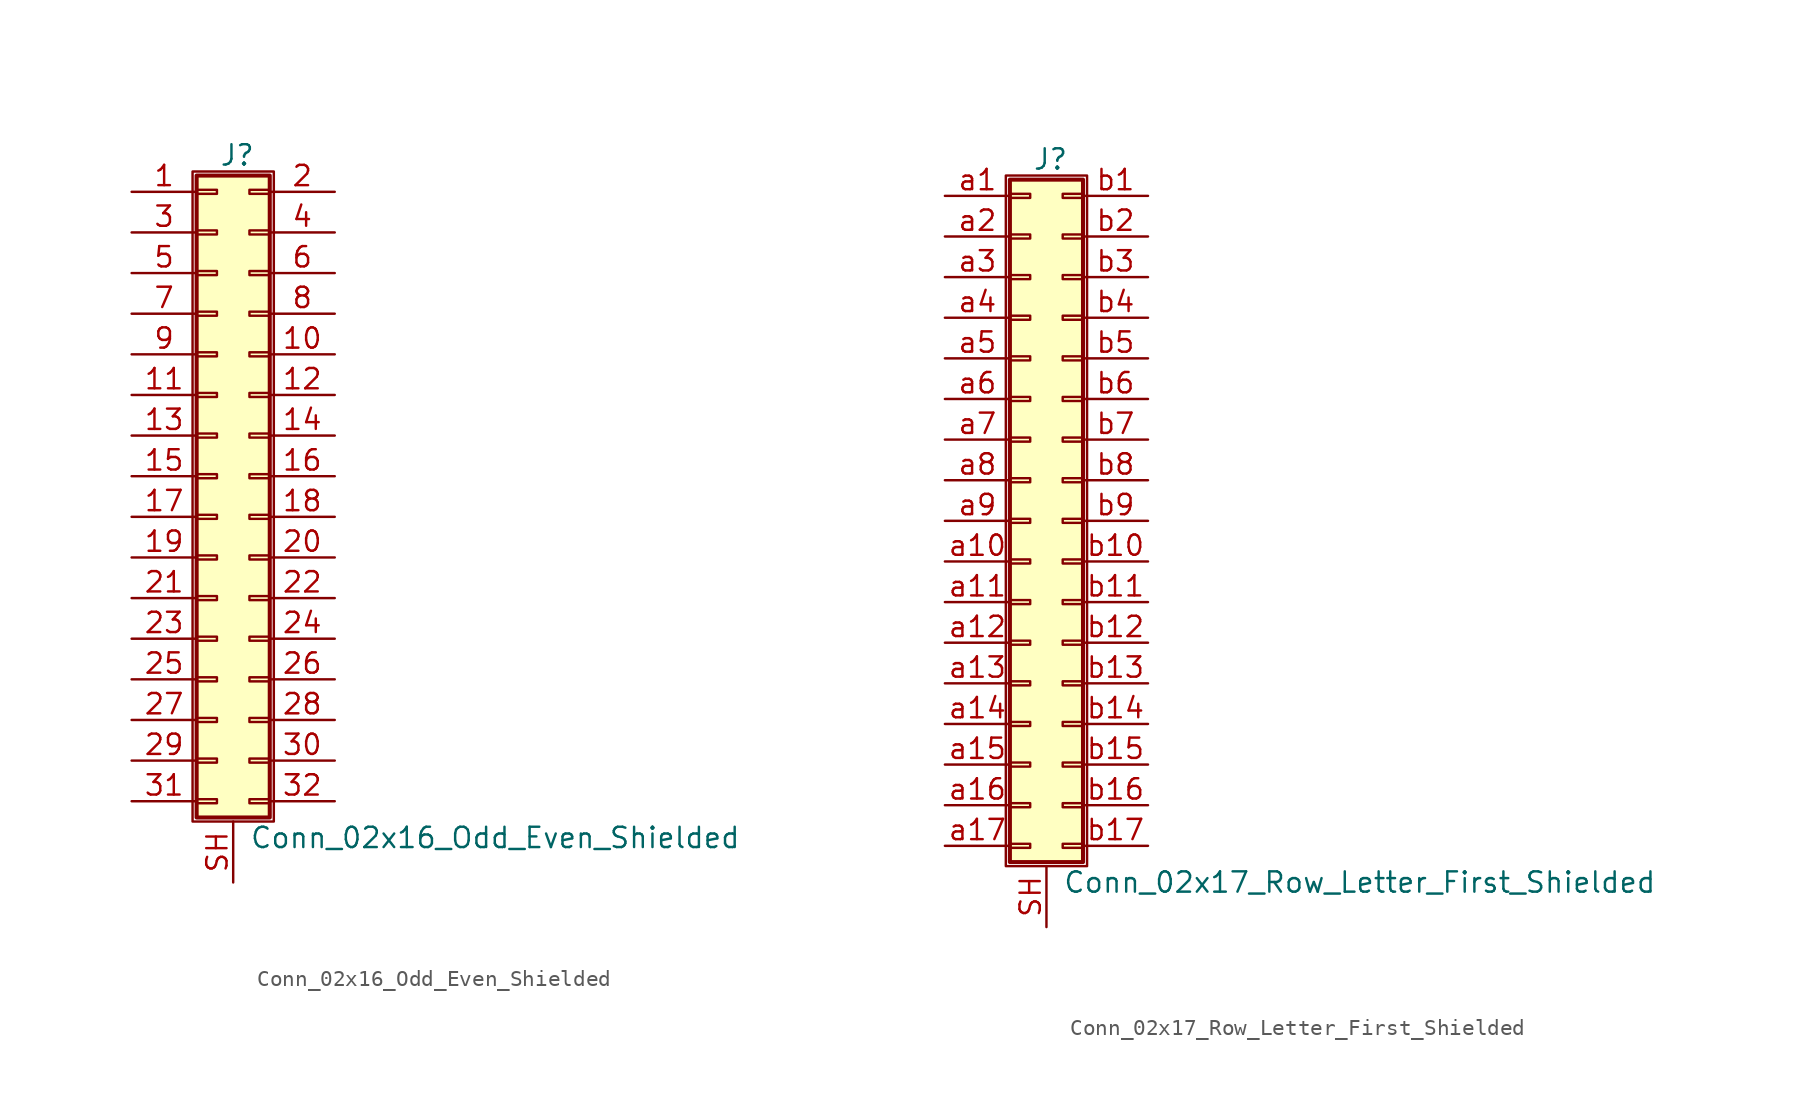
<source format=kicad_sym>
(kicad_symbol_lib
  (version 20201005)
  (generator kicad_symbol_editor)
  (symbol "Conn_02x16_Odd_Even_Shielded"
    (pin_names
      (offset 1.016) hide)
    (property "Reference" "J"
      (at 1.524 20.066 0)
      (effects (font (size 1.27 1.27))))
    (property "Value" "Conn_02x16_Odd_Even_Shielded"
      (at 2.286 -22.606 0)
      (effects (font (size 1.27 1.27)) (justify left)))
    (symbol "Conn_02x16_Odd_Even_Shielded_1_1"
      (rectangle (start -1.27 19.05) (end 3.81 -21.59) (stroke (width 0.152)) (fill (type none)))
      (rectangle (start -1.016 -20.193) (end 0.254 -20.447) (stroke (width 0.152)) (fill (type none)))
      (rectangle (start -1.016 -17.653) (end 0.254 -17.907) (stroke (width 0.152)) (fill (type none)))
      (rectangle (start -1.016 -15.113) (end 0.254 -15.367) (stroke (width 0.152)) (fill (type none)))
      (rectangle (start -1.016 -12.573) (end 0.254 -12.827) (stroke (width 0.152)) (fill (type none)))
      (rectangle (start -1.016 -10.033) (end 0.254 -10.287) (stroke (width 0.152)) (fill (type none)))
      (rectangle (start -1.016 -7.493) (end 0.254 -7.747) (stroke (width 0.152)) (fill (type none)))
      (rectangle (start -1.016 -4.953) (end 0.254 -5.207) (stroke (width 0.152)) (fill (type none)))
      (rectangle (start -1.016 -2.413) (end 0.254 -2.667) (stroke (width 0.152)) (fill (type none)))
      (rectangle (start -1.016 0.127) (end 0.254 -0.127) (stroke (width 0.152)) (fill (type none)))
      (rectangle (start -1.016 2.667) (end 0.254 2.413) (stroke (width 0.152)) (fill (type none)))
      (rectangle (start -1.016 5.207) (end 0.254 4.953) (stroke (width 0.152)) (fill (type none)))
      (rectangle (start -1.016 7.747) (end 0.254 7.493) (stroke (width 0.152)) (fill (type none)))
      (rectangle (start -1.016 10.287) (end 0.254 10.033) (stroke (width 0.152)) (fill (type none)))
      (rectangle (start -1.016 12.827) (end 0.254 12.573) (stroke (width 0.152)) (fill (type none)))
      (rectangle (start -1.016 15.367) (end 0.254 15.113) (stroke (width 0.152)) (fill (type none)))
      (rectangle (start -1.016 17.907) (end 0.254 17.653) (stroke (width 0.152)) (fill (type none)))
      (rectangle (start 3.556 -20.193) (end 2.286 -20.447) (stroke (width 0.152)) (fill (type none)))
      (rectangle (start 3.556 -17.653) (end 2.286 -17.907) (stroke (width 0.152)) (fill (type none)))
      (rectangle (start 3.556 -15.113) (end 2.286 -15.367) (stroke (width 0.152)) (fill (type none)))
      (rectangle (start 3.556 -12.573) (end 2.286 -12.827) (stroke (width 0.152)) (fill (type none)))
      (rectangle (start 3.556 -10.033) (end 2.286 -10.287) (stroke (width 0.152)) (fill (type none)))
      (rectangle (start 3.556 -7.493) (end 2.286 -7.747) (stroke (width 0.152)) (fill (type none)))
      (rectangle (start 3.556 -4.953) (end 2.286 -5.207) (stroke (width 0.152)) (fill (type none)))
      (rectangle (start 3.556 -2.413) (end 2.286 -2.667) (stroke (width 0.152)) (fill (type none)))
      (rectangle (start 3.556 0.127) (end 2.286 -0.127) (stroke (width 0.152)) (fill (type none)))
      (rectangle (start 3.556 2.667) (end 2.286 2.413) (stroke (width 0.152)) (fill (type none)))
      (rectangle (start 3.556 5.207) (end 2.286 4.953) (stroke (width 0.152)) (fill (type none)))
      (rectangle (start 3.556 7.747) (end 2.286 7.493) (stroke (width 0.152)) (fill (type none)))
      (rectangle (start 3.556 10.287) (end 2.286 10.033) (stroke (width 0.152)) (fill (type none)))
      (rectangle (start 3.556 12.827) (end 2.286 12.573) (stroke (width 0.152)) (fill (type none)))
      (rectangle (start 3.556 15.367) (end 2.286 15.113) (stroke (width 0.152)) (fill (type none)))
      (rectangle (start 3.556 17.907) (end 2.286 17.653) (stroke (width 0.152)) (fill (type none)))
      (rectangle (start -1.016 18.796) (end 3.556 -21.336) (stroke (width 0.254)) (fill (type background)))
      (pin passive line (at -5.08 17.78 0) (length 4.064) (name "Pin_1" (effects (font (size 1.27 1.27)))) (number "1" (effects (font (size 1.27 1.27)))))
      (pin passive line (at 7.62 7.62 180) (length 4.064) (name "Pin_10" (effects (font (size 1.27 1.27)))) (number "10" (effects (font (size 1.27 1.27)))))
      (pin passive line (at -5.08 5.08 0) (length 4.064) (name "Pin_11" (effects (font (size 1.27 1.27)))) (number "11" (effects (font (size 1.27 1.27)))))
      (pin passive line (at 7.62 5.08 180) (length 4.064) (name "Pin_12" (effects (font (size 1.27 1.27)))) (number "12" (effects (font (size 1.27 1.27)))))
      (pin passive line (at -5.08 2.54 0) (length 4.064) (name "Pin_13" (effects (font (size 1.27 1.27)))) (number "13" (effects (font (size 1.27 1.27)))))
      (pin passive line (at 7.62 2.54 180) (length 4.064) (name "Pin_14" (effects (font (size 1.27 1.27)))) (number "14" (effects (font (size 1.27 1.27)))))
      (pin passive line (at -5.08 0 0) (length 4.064) (name "Pin_15" (effects (font (size 1.27 1.27)))) (number "15" (effects (font (size 1.27 1.27)))))
      (pin passive line (at 7.62 0 180) (length 4.064) (name "Pin_16" (effects (font (size 1.27 1.27)))) (number "16" (effects (font (size 1.27 1.27)))))
      (pin passive line (at -5.08 -2.54 0) (length 4.064) (name "Pin_17" (effects (font (size 1.27 1.27)))) (number "17" (effects (font (size 1.27 1.27)))))
      (pin passive line (at 7.62 -2.54 180) (length 4.064) (name "Pin_18" (effects (font (size 1.27 1.27)))) (number "18" (effects (font (size 1.27 1.27)))))
      (pin passive line (at -5.08 -5.08 0) (length 4.064) (name "Pin_19" (effects (font (size 1.27 1.27)))) (number "19" (effects (font (size 1.27 1.27)))))
      (pin passive line (at 7.62 17.78 180) (length 4.064) (name "Pin_2" (effects (font (size 1.27 1.27)))) (number "2" (effects (font (size 1.27 1.27)))))
      (pin passive line (at 7.62 -5.08 180) (length 4.064) (name "Pin_20" (effects (font (size 1.27 1.27)))) (number "20" (effects (font (size 1.27 1.27)))))
      (pin passive line (at -5.08 -7.62 0) (length 4.064) (name "Pin_21" (effects (font (size 1.27 1.27)))) (number "21" (effects (font (size 1.27 1.27)))))
      (pin passive line (at 7.62 -7.62 180) (length 4.064) (name "Pin_22" (effects (font (size 1.27 1.27)))) (number "22" (effects (font (size 1.27 1.27)))))
      (pin passive line (at -5.08 -10.16 0) (length 4.064) (name "Pin_23" (effects (font (size 1.27 1.27)))) (number "23" (effects (font (size 1.27 1.27)))))
      (pin passive line (at 7.62 -10.16 180) (length 4.064) (name "Pin_24" (effects (font (size 1.27 1.27)))) (number "24" (effects (font (size 1.27 1.27)))))
      (pin passive line (at -5.08 -12.7 0) (length 4.064) (name "Pin_25" (effects (font (size 1.27 1.27)))) (number "25" (effects (font (size 1.27 1.27)))))
      (pin passive line (at 7.62 -12.7 180) (length 4.064) (name "Pin_26" (effects (font (size 1.27 1.27)))) (number "26" (effects (font (size 1.27 1.27)))))
      (pin passive line (at -5.08 -15.24 0) (length 4.064) (name "Pin_27" (effects (font (size 1.27 1.27)))) (number "27" (effects (font (size 1.27 1.27)))))
      (pin passive line (at 7.62 -15.24 180) (length 4.064) (name "Pin_28" (effects (font (size 1.27 1.27)))) (number "28" (effects (font (size 1.27 1.27)))))
      (pin passive line (at -5.08 -17.78 0) (length 4.064) (name "Pin_29" (effects (font (size 1.27 1.27)))) (number "29" (effects (font (size 1.27 1.27)))))
      (pin passive line (at -5.08 15.24 0) (length 4.064) (name "Pin_3" (effects (font (size 1.27 1.27)))) (number "3" (effects (font (size 1.27 1.27)))))
      (pin passive line (at 7.62 -17.78 180) (length 4.064) (name "Pin_30" (effects (font (size 1.27 1.27)))) (number "30" (effects (font (size 1.27 1.27)))))
      (pin passive line (at -5.08 -20.32 0) (length 4.064) (name "Pin_31" (effects (font (size 1.27 1.27)))) (number "31" (effects (font (size 1.27 1.27)))))
      (pin passive line (at 7.62 -20.32 180) (length 4.064) (name "Pin_32" (effects (font (size 1.27 1.27)))) (number "32" (effects (font (size 1.27 1.27)))))
      (pin passive line (at 7.62 15.24 180) (length 4.064) (name "Pin_4" (effects (font (size 1.27 1.27)))) (number "4" (effects (font (size 1.27 1.27)))))
      (pin passive line (at -5.08 12.7 0) (length 4.064) (name "Pin_5" (effects (font (size 1.27 1.27)))) (number "5" (effects (font (size 1.27 1.27)))))
      (pin passive line (at 7.62 12.7 180) (length 4.064) (name "Pin_6" (effects (font (size 1.27 1.27)))) (number "6" (effects (font (size 1.27 1.27)))))
      (pin passive line (at -5.08 10.16 0) (length 4.064) (name "Pin_7" (effects (font (size 1.27 1.27)))) (number "7" (effects (font (size 1.27 1.27)))))
      (pin passive line (at 7.62 10.16 180) (length 4.064) (name "Pin_8" (effects (font (size 1.27 1.27)))) (number "8" (effects (font (size 1.27 1.27)))))
      (pin passive line (at -5.08 7.62 0) (length 4.064) (name "Pin_9" (effects (font (size 1.27 1.27)))) (number "9" (effects (font (size 1.27 1.27)))))
      (pin passive line (at 1.27 -25.4 90) (length 3.81) (name "Shield" (effects (font (size 1.27 1.27)))) (number "SH" (effects (font (size 1.27 1.27)))))))
  (symbol "Conn_02x17_Row_Letter_First_Shielded"
    (pin_names
      (offset 1.016) hide)
    (property "Reference" "J"
      (at 1.524 22.606 0)
      (effects (font (size 1.27 1.27))))
    (property "Value" "Conn_02x17_Row_Letter_First_Shielded"
      (at 2.286 -22.606 0)
      (effects (font (size 1.27 1.27)) (justify left)))
    (symbol "Conn_02x17_Row_Letter_First_Shielded_1_1"
      (rectangle (start -1.27 21.59) (end 3.81 -21.59) (stroke (width 0.152)) (fill (type none)))
      (rectangle (start -1.016 -20.193) (end 0.254 -20.447) (stroke (width 0.152)) (fill (type none)))
      (rectangle (start -1.016 -17.653) (end 0.254 -17.907) (stroke (width 0.152)) (fill (type none)))
      (rectangle (start -1.016 -15.113) (end 0.254 -15.367) (stroke (width 0.152)) (fill (type none)))
      (rectangle (start -1.016 -12.573) (end 0.254 -12.827) (stroke (width 0.152)) (fill (type none)))
      (rectangle (start -1.016 -10.033) (end 0.254 -10.287) (stroke (width 0.152)) (fill (type none)))
      (rectangle (start -1.016 -7.493) (end 0.254 -7.747) (stroke (width 0.152)) (fill (type none)))
      (rectangle (start -1.016 -4.953) (end 0.254 -5.207) (stroke (width 0.152)) (fill (type none)))
      (rectangle (start -1.016 -2.413) (end 0.254 -2.667) (stroke (width 0.152)) (fill (type none)))
      (rectangle (start -1.016 0.127) (end 0.254 -0.127) (stroke (width 0.152)) (fill (type none)))
      (rectangle (start -1.016 2.667) (end 0.254 2.413) (stroke (width 0.152)) (fill (type none)))
      (rectangle (start -1.016 5.207) (end 0.254 4.953) (stroke (width 0.152)) (fill (type none)))
      (rectangle (start -1.016 7.747) (end 0.254 7.493) (stroke (width 0.152)) (fill (type none)))
      (rectangle (start -1.016 10.287) (end 0.254 10.033) (stroke (width 0.152)) (fill (type none)))
      (rectangle (start -1.016 12.827) (end 0.254 12.573) (stroke (width 0.152)) (fill (type none)))
      (rectangle (start -1.016 15.367) (end 0.254 15.113) (stroke (width 0.152)) (fill (type none)))
      (rectangle (start -1.016 17.907) (end 0.254 17.653) (stroke (width 0.152)) (fill (type none)))
      (rectangle (start -1.016 20.447) (end 0.254 20.193) (stroke (width 0.152)) (fill (type none)))
      (rectangle (start 3.556 -20.193) (end 2.286 -20.447) (stroke (width 0.152)) (fill (type none)))
      (rectangle (start 3.556 -17.653) (end 2.286 -17.907) (stroke (width 0.152)) (fill (type none)))
      (rectangle (start 3.556 -15.113) (end 2.286 -15.367) (stroke (width 0.152)) (fill (type none)))
      (rectangle (start 3.556 -12.573) (end 2.286 -12.827) (stroke (width 0.152)) (fill (type none)))
      (rectangle (start 3.556 -10.033) (end 2.286 -10.287) (stroke (width 0.152)) (fill (type none)))
      (rectangle (start 3.556 -7.493) (end 2.286 -7.747) (stroke (width 0.152)) (fill (type none)))
      (rectangle (start 3.556 -4.953) (end 2.286 -5.207) (stroke (width 0.152)) (fill (type none)))
      (rectangle (start 3.556 -2.413) (end 2.286 -2.667) (stroke (width 0.152)) (fill (type none)))
      (rectangle (start 3.556 0.127) (end 2.286 -0.127) (stroke (width 0.152)) (fill (type none)))
      (rectangle (start 3.556 2.667) (end 2.286 2.413) (stroke (width 0.152)) (fill (type none)))
      (rectangle (start 3.556 5.207) (end 2.286 4.953) (stroke (width 0.152)) (fill (type none)))
      (rectangle (start 3.556 7.747) (end 2.286 7.493) (stroke (width 0.152)) (fill (type none)))
      (rectangle (start 3.556 10.287) (end 2.286 10.033) (stroke (width 0.152)) (fill (type none)))
      (rectangle (start 3.556 12.827) (end 2.286 12.573) (stroke (width 0.152)) (fill (type none)))
      (rectangle (start 3.556 15.367) (end 2.286 15.113) (stroke (width 0.152)) (fill (type none)))
      (rectangle (start 3.556 17.907) (end 2.286 17.653) (stroke (width 0.152)) (fill (type none)))
      (rectangle (start 3.556 20.447) (end 2.286 20.193) (stroke (width 0.152)) (fill (type none)))
      (rectangle (start -1.016 21.336) (end 3.556 -21.336) (stroke (width 0.254)) (fill (type background)))
      (pin passive line (at 1.27 -25.4 90) (length 3.81) (name "Shield" (effects (font (size 1.27 1.27)))) (number "SH" (effects (font (size 1.27 1.27)))))
      (pin passive line (at -5.08 20.32 0) (length 4.064) (name "Pin_a1" (effects (font (size 1.27 1.27)))) (number "a1" (effects (font (size 1.27 1.27)))))
      (pin passive line (at -5.08 -2.54 0) (length 4.064) (name "Pin_a10" (effects (font (size 1.27 1.27)))) (number "a10" (effects (font (size 1.27 1.27)))))
      (pin passive line (at -5.08 -5.08 0) (length 4.064) (name "Pin_a11" (effects (font (size 1.27 1.27)))) (number "a11" (effects (font (size 1.27 1.27)))))
      (pin passive line (at -5.08 -7.62 0) (length 4.064) (name "Pin_a12" (effects (font (size 1.27 1.27)))) (number "a12" (effects (font (size 1.27 1.27)))))
      (pin passive line (at -5.08 -10.16 0) (length 4.064) (name "Pin_a13" (effects (font (size 1.27 1.27)))) (number "a13" (effects (font (size 1.27 1.27)))))
      (pin passive line (at -5.08 -12.7 0) (length 4.064) (name "Pin_a14" (effects (font (size 1.27 1.27)))) (number "a14" (effects (font (size 1.27 1.27)))))
      (pin passive line (at -5.08 -15.24 0) (length 4.064) (name "Pin_a15" (effects (font (size 1.27 1.27)))) (number "a15" (effects (font (size 1.27 1.27)))))
      (pin passive line (at -5.08 -17.78 0) (length 4.064) (name "Pin_a16" (effects (font (size 1.27 1.27)))) (number "a16" (effects (font (size 1.27 1.27)))))
      (pin passive line (at -5.08 -20.32 0) (length 4.064) (name "Pin_a17" (effects (font (size 1.27 1.27)))) (number "a17" (effects (font (size 1.27 1.27)))))
      (pin passive line (at -5.08 17.78 0) (length 4.064) (name "Pin_a2" (effects (font (size 1.27 1.27)))) (number "a2" (effects (font (size 1.27 1.27)))))
      (pin passive line (at -5.08 15.24 0) (length 4.064) (name "Pin_a3" (effects (font (size 1.27 1.27)))) (number "a3" (effects (font (size 1.27 1.27)))))
      (pin passive line (at -5.08 12.7 0) (length 4.064) (name "Pin_a4" (effects (font (size 1.27 1.27)))) (number "a4" (effects (font (size 1.27 1.27)))))
      (pin passive line (at -5.08 10.16 0) (length 4.064) (name "Pin_a5" (effects (font (size 1.27 1.27)))) (number "a5" (effects (font (size 1.27 1.27)))))
      (pin passive line (at -5.08 7.62 0) (length 4.064) (name "Pin_a6" (effects (font (size 1.27 1.27)))) (number "a6" (effects (font (size 1.27 1.27)))))
      (pin passive line (at -5.08 5.08 0) (length 4.064) (name "Pin_a7" (effects (font (size 1.27 1.27)))) (number "a7" (effects (font (size 1.27 1.27)))))
      (pin passive line (at -5.08 2.54 0) (length 4.064) (name "Pin_a8" (effects (font (size 1.27 1.27)))) (number "a8" (effects (font (size 1.27 1.27)))))
      (pin passive line (at -5.08 0 0) (length 4.064) (name "Pin_a9" (effects (font (size 1.27 1.27)))) (number "a9" (effects (font (size 1.27 1.27)))))
      (pin passive line (at 7.62 20.32 180) (length 4.064) (name "Pin_b1" (effects (font (size 1.27 1.27)))) (number "b1" (effects (font (size 1.27 1.27)))))
      (pin passive line (at 7.62 -2.54 180) (length 4.064) (name "Pin_b10" (effects (font (size 1.27 1.27)))) (number "b10" (effects (font (size 1.27 1.27)))))
      (pin passive line (at 7.62 -5.08 180) (length 4.064) (name "Pin_b11" (effects (font (size 1.27 1.27)))) (number "b11" (effects (font (size 1.27 1.27)))))
      (pin passive line (at 7.62 -7.62 180) (length 4.064) (name "Pin_b12" (effects (font (size 1.27 1.27)))) (number "b12" (effects (font (size 1.27 1.27)))))
      (pin passive line (at 7.62 -10.16 180) (length 4.064) (name "Pin_b13" (effects (font (size 1.27 1.27)))) (number "b13" (effects (font (size 1.27 1.27)))))
      (pin passive line (at 7.62 -12.7 180) (length 4.064) (name "Pin_b14" (effects (font (size 1.27 1.27)))) (number "b14" (effects (font (size 1.27 1.27)))))
      (pin passive line (at 7.62 -15.24 180) (length 4.064) (name "Pin_b15" (effects (font (size 1.27 1.27)))) (number "b15" (effects (font (size 1.27 1.27)))))
      (pin passive line (at 7.62 -17.78 180) (length 4.064) (name "Pin_b16" (effects (font (size 1.27 1.27)))) (number "b16" (effects (font (size 1.27 1.27)))))
      (pin passive line (at 7.62 -20.32 180) (length 4.064) (name "Pin_b17" (effects (font (size 1.27 1.27)))) (number "b17" (effects (font (size 1.27 1.27)))))
      (pin passive line (at 7.62 17.78 180) (length 4.064) (name "Pin_b2" (effects (font (size 1.27 1.27)))) (number "b2" (effects (font (size 1.27 1.27)))))
      (pin passive line (at 7.62 15.24 180) (length 4.064) (name "Pin_b3" (effects (font (size 1.27 1.27)))) (number "b3" (effects (font (size 1.27 1.27)))))
      (pin passive line (at 7.62 12.7 180) (length 4.064) (name "Pin_b4" (effects (font (size 1.27 1.27)))) (number "b4" (effects (font (size 1.27 1.27)))))
      (pin passive line (at 7.62 10.16 180) (length 4.064) (name "Pin_b5" (effects (font (size 1.27 1.27)))) (number "b5" (effects (font (size 1.27 1.27)))))
      (pin passive line (at 7.62 7.62 180) (length 4.064) (name "Pin_b6" (effects (font (size 1.27 1.27)))) (number "b6" (effects (font (size 1.27 1.27)))))
      (pin passive line (at 7.62 5.08 180) (length 4.064) (name "Pin_b7" (effects (font (size 1.27 1.27)))) (number "b7" (effects (font (size 1.27 1.27)))))
      (pin passive line (at 7.62 2.54 180) (length 4.064) (name "Pin_b8" (effects (font (size 1.27 1.27)))) (number "b8" (effects (font (size 1.27 1.27)))))
      (pin passive line (at 7.62 0 180) (length 4.064) (name "Pin_b9" (effects (font (size 1.27 1.27)))) (number "b9" (effects (font (size 1.27 1.27))))))))
</source>
